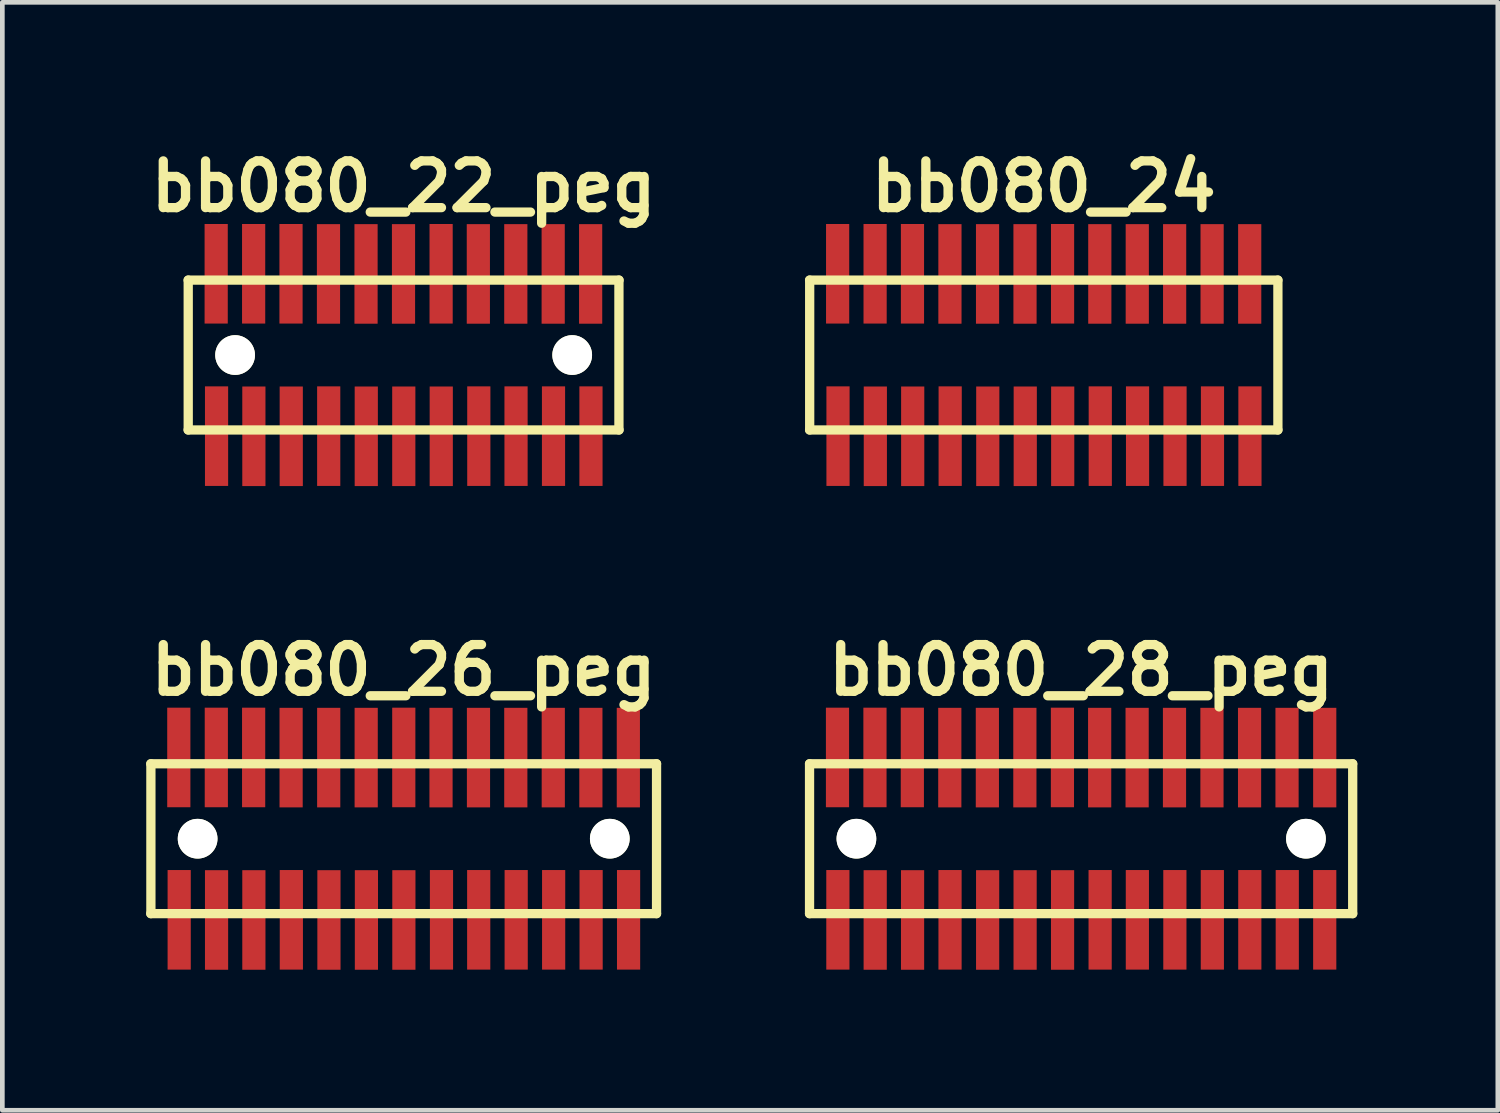
<source format=kicad_pcb>
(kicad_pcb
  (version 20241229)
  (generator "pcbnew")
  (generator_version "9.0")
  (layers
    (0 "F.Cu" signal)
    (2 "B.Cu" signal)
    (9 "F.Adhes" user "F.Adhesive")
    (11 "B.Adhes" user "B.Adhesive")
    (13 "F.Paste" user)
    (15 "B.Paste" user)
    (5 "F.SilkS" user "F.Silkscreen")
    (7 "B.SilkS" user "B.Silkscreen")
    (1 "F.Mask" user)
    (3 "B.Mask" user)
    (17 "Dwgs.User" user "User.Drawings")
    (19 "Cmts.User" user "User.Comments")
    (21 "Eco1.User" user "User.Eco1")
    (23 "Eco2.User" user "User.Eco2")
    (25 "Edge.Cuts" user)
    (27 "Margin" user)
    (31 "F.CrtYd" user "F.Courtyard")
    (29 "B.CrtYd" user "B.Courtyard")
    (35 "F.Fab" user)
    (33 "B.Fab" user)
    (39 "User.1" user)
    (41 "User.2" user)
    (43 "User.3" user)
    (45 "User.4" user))
  (footprint "bb080_22_peg"
    (layer "F.Cu")
    (at 5.569 4.531)
    (property "Reference" "bb080_22_peg" (at 0 -3.599 0) (layer "F.SilkS") (effects (font (size 0.998 0.998) (thickness 0.198))))
    (attr smd)
    (fp_line (start -4.602 1.6) (end 4.6 1.6) (stroke (width 0.198) (type solid)) (layer "F.SilkS"))
    (fp_line (start -4.6 -1.6) (end -4.6 1.6) (stroke (width 0.198) (type solid)) (layer "F.SilkS"))
    (fp_line (start 4.597 1.6) (end 4.597 -1.6) (stroke (width 0.198) (type solid)) (layer "F.SilkS"))
    (fp_line (start 4.6 -1.6) (end -4.602 -1.6) (stroke (width 0.198) (type solid)) (layer "F.SilkS"))
    (pad "" np_thru_hole circle (at -3.599 0) (size 0.848 0.848) (drill 0.848) (layers "*.Cu" "*.Mask" "F.SilkS"))
    (pad "" np_thru_hole circle (at 3.599 0) (size 0.848 0.848) (drill 0.848) (layers "*.Cu" "*.Mask" "F.SilkS"))
    (pad "1" smd rect (at -3.995 1.732) (size 0.495 2.126) (layers "F.Cu" "F.Mask" "F.Paste"))
    (pad "2" smd rect (at -4.003 -1.735) (size 0.495 2.126) (layers "F.Cu" "F.Mask" "F.Paste"))
    (pad "3" smd rect (at -3.198 1.735) (size 0.495 2.126) (layers "F.Cu" "F.Mask" "F.Paste"))
    (pad "4" smd rect (at -3.203 -1.735) (size 0.495 2.126) (layers "F.Cu" "F.Mask" "F.Paste"))
    (pad "5" smd rect (at -2.4 1.735) (size 0.495 2.126) (layers "F.Cu" "F.Mask" "F.Paste"))
    (pad "6" smd rect (at -2.405 -1.735) (size 0.495 2.126) (layers "F.Cu" "F.Mask" "F.Paste"))
    (pad "7" smd rect (at -1.6 1.732) (size 0.495 2.126) (layers "F.Cu" "F.Mask" "F.Paste"))
    (pad "8" smd rect (at -1.605 -1.732) (size 0.495 2.126) (layers "F.Cu" "F.Mask" "F.Paste"))
    (pad "9" smd rect (at -0.798 1.735) (size 0.495 2.126) (layers "F.Cu" "F.Mask" "F.Paste"))
    (pad "10" smd rect (at -0.803 -1.732) (size 0.495 2.126) (layers "F.Cu" "F.Mask" "F.Paste"))
    (pad "11" smd rect (at 0.003 1.735) (size 0.495 2.126) (layers "F.Cu" "F.Mask" "F.Paste"))
    (pad "12" smd rect (at -0.003 -1.732) (size 0.495 2.126) (layers "F.Cu" "F.Mask" "F.Paste"))
    (pad "13" smd rect (at 0.803 1.735) (size 0.495 2.126) (layers "F.Cu" "F.Mask" "F.Paste"))
    (pad "14" smd rect (at 0.8 -1.735) (size 0.495 2.126) (layers "F.Cu" "F.Mask" "F.Paste"))
    (pad "15" smd rect (at 1.605 1.732) (size 0.495 2.126) (layers "F.Cu" "F.Mask" "F.Paste"))
    (pad "16" smd rect (at 1.595 -1.732) (size 0.495 2.126) (layers "F.Cu" "F.Mask" "F.Paste"))
    (pad "17" smd rect (at 2.4 1.732) (size 0.495 2.126) (layers "F.Cu" "F.Mask" "F.Paste"))
    (pad "18" smd rect (at 2.395 -1.732) (size 0.495 2.126) (layers "F.Cu" "F.Mask" "F.Paste"))
    (pad "19" smd rect (at 3.2 1.732) (size 0.495 2.126) (layers "F.Cu" "F.Mask" "F.Paste"))
    (pad "20" smd rect (at 3.193 -1.732) (size 0.495 2.126) (layers "F.Cu" "F.Mask" "F.Paste"))
    (pad "21" smd rect (at 4 1.732) (size 0.495 2.126) (layers "F.Cu" "F.Mask" "F.Paste"))
    (pad "22" smd rect (at 3.993 -1.732) (size 0.495 2.126) (layers "F.Cu" "F.Mask" "F.Paste")))
  (footprint "bb080_26_peg"
    (layer "F.Cu")
    (at 5.569 14.859)
    (property "Reference" "bb080_26_peg" (at 0 -3.599 0) (layer "F.SilkS") (effects (font (size 0.998 0.998) (thickness 0.198))))
    (attr smd)
    (fp_line (start -5.4 -1.6) (end 5.4 -1.6) (stroke (width 0.198) (type solid)) (layer "F.SilkS"))
    (fp_line (start -5.397 -1.6) (end -5.397 1.6) (stroke (width 0.198) (type solid)) (layer "F.SilkS"))
    (fp_line (start 5.4 1.6) (end -5.4 1.6) (stroke (width 0.198) (type solid)) (layer "F.SilkS"))
    (fp_line (start 5.4 1.6) (end 5.4 -1.6) (stroke (width 0.198) (type solid)) (layer "F.SilkS"))
    (pad "" np_thru_hole circle (at -4.399 0) (size 0.848 0.848) (drill 0.848) (layers "*.Cu" "*.Mask" "F.SilkS"))
    (pad "" np_thru_hole circle (at 4.402 0) (size 0.848 0.848) (drill 0.848) (layers "*.Cu" "*.Mask" "F.SilkS"))
    (pad "1" smd rect (at -4.793 1.732) (size 0.495 2.126) (layers "F.Cu" "F.Mask" "F.Paste"))
    (pad "2" smd rect (at -4.801 -1.735) (size 0.495 2.126) (layers "F.Cu" "F.Mask" "F.Paste"))
    (pad "3" smd rect (at -3.995 1.735) (size 0.495 2.126) (layers "F.Cu" "F.Mask" "F.Paste"))
    (pad "4" smd rect (at -4 -1.735) (size 0.495 2.126) (layers "F.Cu" "F.Mask" "F.Paste"))
    (pad "5" smd rect (at -3.198 1.735) (size 0.495 2.126) (layers "F.Cu" "F.Mask" "F.Paste"))
    (pad "6" smd rect (at -3.203 -1.735) (size 0.495 2.126) (layers "F.Cu" "F.Mask" "F.Paste"))
    (pad "7" smd rect (at -2.398 1.732) (size 0.495 2.126) (layers "F.Cu" "F.Mask" "F.Paste"))
    (pad "8" smd rect (at -2.403 -1.732) (size 0.495 2.126) (layers "F.Cu" "F.Mask" "F.Paste"))
    (pad "9" smd rect (at -1.595 1.735) (size 0.495 2.126) (layers "F.Cu" "F.Mask" "F.Paste"))
    (pad "10" smd rect (at -1.6 -1.732) (size 0.495 2.126) (layers "F.Cu" "F.Mask" "F.Paste"))
    (pad "11" smd rect (at -0.795 1.735) (size 0.495 2.126) (layers "F.Cu" "F.Mask" "F.Paste"))
    (pad "12" smd rect (at -0.8 -1.732) (size 0.495 2.126) (layers "F.Cu" "F.Mask" "F.Paste"))
    (pad "13" smd rect (at 0.005 1.735) (size 0.495 2.126) (layers "F.Cu" "F.Mask" "F.Paste"))
    (pad "14" smd rect (at 0.003 -1.735) (size 0.495 2.126) (layers "F.Cu" "F.Mask" "F.Paste"))
    (pad "15" smd rect (at 0.808 1.732) (size 0.495 2.126) (layers "F.Cu" "F.Mask" "F.Paste"))
    (pad "16" smd rect (at 0.798 -1.732) (size 0.495 2.126) (layers "F.Cu" "F.Mask" "F.Paste"))
    (pad "17" smd rect (at 1.603 1.732) (size 0.495 2.126) (layers "F.Cu" "F.Mask" "F.Paste"))
    (pad "18" smd rect (at 1.598 -1.732) (size 0.495 2.126) (layers "F.Cu" "F.Mask" "F.Paste"))
    (pad "19" smd rect (at 2.403 1.732) (size 0.495 2.126) (layers "F.Cu" "F.Mask" "F.Paste"))
    (pad "20" smd rect (at 2.395 -1.732) (size 0.495 2.126) (layers "F.Cu" "F.Mask" "F.Paste"))
    (pad "21" smd rect (at 3.203 1.732) (size 0.495 2.126) (layers "F.Cu" "F.Mask" "F.Paste"))
    (pad "22" smd rect (at 3.195 -1.732) (size 0.495 2.126) (layers "F.Cu" "F.Mask" "F.Paste"))
    (pad "23" smd rect (at 4.003 1.732) (size 0.495 2.126) (layers "F.Cu" "F.Mask" "F.Paste"))
    (pad "24" smd rect (at 3.998 -1.732) (size 0.495 2.126) (layers "F.Cu" "F.Mask" "F.Paste"))
    (pad "25" smd rect (at 4.803 1.732) (size 0.495 2.126) (layers "F.Cu" "F.Mask" "F.Paste"))
    (pad "26" smd rect (at 4.798 -1.732) (size 0.495 2.126) (layers "F.Cu" "F.Mask" "F.Paste")))
  (footprint "bb080_24"
    (layer "F.Cu")
    (at 19.238 4.531)
    (property "Reference" "bb080_24" (at 0 -3.599 0) (layer "F.SilkS") (effects (font (size 0.998 0.998) (thickness 0.198))))
    (attr smd)
    (fp_line (start -5.001 -1.6) (end 4.999 -1.6) (stroke (width 0.198) (type solid)) (layer "F.SilkS"))
    (fp_line (start -4.999 -1.6) (end -4.999 1.6) (stroke (width 0.198) (type solid)) (layer "F.SilkS"))
    (fp_line (start 4.999 1.6) (end -5.001 1.6) (stroke (width 0.198) (type solid)) (layer "F.SilkS"))
    (fp_line (start 4.999 1.6) (end 4.999 -1.6) (stroke (width 0.198) (type solid)) (layer "F.SilkS"))
    (pad "1" smd rect (at -4.394 1.732) (size 0.495 2.126) (layers "F.Cu" "F.Mask" "F.Paste"))
    (pad "2" smd rect (at -4.402 -1.735) (size 0.495 2.126) (layers "F.Cu" "F.Mask" "F.Paste"))
    (pad "3" smd rect (at -3.597 1.735) (size 0.495 2.126) (layers "F.Cu" "F.Mask" "F.Paste"))
    (pad "4" smd rect (at -3.602 -1.735) (size 0.495 2.126) (layers "F.Cu" "F.Mask" "F.Paste"))
    (pad "5" smd rect (at -2.799 1.735) (size 0.495 2.126) (layers "F.Cu" "F.Mask" "F.Paste"))
    (pad "6" smd rect (at -2.804 -1.735) (size 0.495 2.126) (layers "F.Cu" "F.Mask" "F.Paste"))
    (pad "7" smd rect (at -1.999 1.732) (size 0.495 2.126) (layers "F.Cu" "F.Mask" "F.Paste"))
    (pad "8" smd rect (at -2.004 -1.732) (size 0.495 2.126) (layers "F.Cu" "F.Mask" "F.Paste"))
    (pad "9" smd rect (at -1.196 1.735) (size 0.495 2.126) (layers "F.Cu" "F.Mask" "F.Paste"))
    (pad "10" smd rect (at -1.201 -1.732) (size 0.495 2.126) (layers "F.Cu" "F.Mask" "F.Paste"))
    (pad "11" smd rect (at -0.396 1.735) (size 0.495 2.126) (layers "F.Cu" "F.Mask" "F.Paste"))
    (pad "12" smd rect (at -0.401 -1.732) (size 0.495 2.126) (layers "F.Cu" "F.Mask" "F.Paste"))
    (pad "13" smd rect (at 0.404 1.735) (size 0.495 2.126) (layers "F.Cu" "F.Mask" "F.Paste"))
    (pad "14" smd rect (at 0.401 -1.735) (size 0.495 2.126) (layers "F.Cu" "F.Mask" "F.Paste"))
    (pad "15" smd rect (at 1.206 1.732) (size 0.495 2.126) (layers "F.Cu" "F.Mask" "F.Paste"))
    (pad "16" smd rect (at 1.196 -1.732) (size 0.495 2.126) (layers "F.Cu" "F.Mask" "F.Paste"))
    (pad "17" smd rect (at 2.002 1.732) (size 0.495 2.126) (layers "F.Cu" "F.Mask" "F.Paste"))
    (pad "18" smd rect (at 1.996 -1.732) (size 0.495 2.126) (layers "F.Cu" "F.Mask" "F.Paste"))
    (pad "19" smd rect (at 2.802 1.732) (size 0.495 2.126) (layers "F.Cu" "F.Mask" "F.Paste"))
    (pad "20" smd rect (at 2.794 -1.732) (size 0.495 2.126) (layers "F.Cu" "F.Mask" "F.Paste"))
    (pad "21" smd rect (at 3.602 1.732) (size 0.495 2.126) (layers "F.Cu" "F.Mask" "F.Paste"))
    (pad "22" smd rect (at 3.594 -1.732) (size 0.495 2.126) (layers "F.Cu" "F.Mask" "F.Paste"))
    (pad "23" smd rect (at 4.402 1.732) (size 0.495 2.126) (layers "F.Cu" "F.Mask" "F.Paste"))
    (pad "24" smd rect (at 4.397 -1.732) (size 0.495 2.126) (layers "F.Cu" "F.Mask" "F.Paste")))
  (footprint "bb080_28_peg"
    (layer "F.Cu")
    (at 20.035 14.859)
    (property "Reference" "bb080_28_peg" (at 0 -3.599 0) (layer "F.SilkS") (effects (font (size 0.998 0.998) (thickness 0.198))))
    (attr smd)
    (fp_line (start -5.799 -1.6) (end -5.799 1.6) (stroke (width 0.198) (type solid)) (layer "F.SilkS"))
    (fp_line (start -5.799 1.6) (end 5.799 1.6) (stroke (width 0.198) (type solid)) (layer "F.SilkS"))
    (fp_line (start 5.799 -1.6) (end -5.799 -1.6) (stroke (width 0.198) (type solid)) (layer "F.SilkS"))
    (fp_line (start 5.799 1.6) (end 5.799 -1.6) (stroke (width 0.198) (type solid)) (layer "F.SilkS"))
    (pad "" np_thru_hole circle (at -4.798 0) (size 0.848 0.848) (drill 0.848) (layers "*.Cu" "*.Mask" "F.SilkS"))
    (pad "" np_thru_hole circle (at 4.801 0) (size 0.848 0.848) (drill 0.848) (layers "*.Cu" "*.Mask" "F.SilkS"))
    (pad "1" smd rect (at -5.194 1.732) (size 0.495 2.126) (layers "F.Cu" "F.Mask" "F.Paste"))
    (pad "2" smd rect (at -5.202 -1.735) (size 0.495 2.126) (layers "F.Cu" "F.Mask" "F.Paste"))
    (pad "3" smd rect (at -4.397 1.735) (size 0.495 2.126) (layers "F.Cu" "F.Mask" "F.Paste"))
    (pad "4" smd rect (at -4.402 -1.735) (size 0.495 2.126) (layers "F.Cu" "F.Mask" "F.Paste"))
    (pad "5" smd rect (at -3.599 1.735) (size 0.495 2.126) (layers "F.Cu" "F.Mask" "F.Paste"))
    (pad "6" smd rect (at -3.604 -1.735) (size 0.495 2.126) (layers "F.Cu" "F.Mask" "F.Paste"))
    (pad "7" smd rect (at -2.799 1.732) (size 0.495 2.126) (layers "F.Cu" "F.Mask" "F.Paste"))
    (pad "8" smd rect (at -2.804 -1.732) (size 0.495 2.126) (layers "F.Cu" "F.Mask" "F.Paste"))
    (pad "9" smd rect (at -1.996 1.735) (size 0.495 2.126) (layers "F.Cu" "F.Mask" "F.Paste"))
    (pad "10" smd rect (at -2.002 -1.732) (size 0.495 2.126) (layers "F.Cu" "F.Mask" "F.Paste"))
    (pad "11" smd rect (at -1.196 1.735) (size 0.495 2.126) (layers "F.Cu" "F.Mask" "F.Paste"))
    (pad "12" smd rect (at -1.201 -1.732) (size 0.495 2.126) (layers "F.Cu" "F.Mask" "F.Paste"))
    (pad "13" smd rect (at -0.396 1.735) (size 0.495 2.126) (layers "F.Cu" "F.Mask" "F.Paste"))
    (pad "14" smd rect (at -0.399 -1.735) (size 0.495 2.126) (layers "F.Cu" "F.Mask" "F.Paste"))
    (pad "15" smd rect (at 0.406 1.732) (size 0.495 2.126) (layers "F.Cu" "F.Mask" "F.Paste"))
    (pad "16" smd rect (at 0.396 -1.732) (size 0.495 2.126) (layers "F.Cu" "F.Mask" "F.Paste"))
    (pad "17" smd rect (at 1.201 1.732) (size 0.495 2.126) (layers "F.Cu" "F.Mask" "F.Paste"))
    (pad "18" smd rect (at 1.196 -1.732) (size 0.495 2.126) (layers "F.Cu" "F.Mask" "F.Paste"))
    (pad "19" smd rect (at 2.002 1.732) (size 0.495 2.126) (layers "F.Cu" "F.Mask" "F.Paste"))
    (pad "20" smd rect (at 1.994 -1.732) (size 0.495 2.126) (layers "F.Cu" "F.Mask" "F.Paste"))
    (pad "21" smd rect (at 2.802 1.732) (size 0.495 2.126) (layers "F.Cu" "F.Mask" "F.Paste"))
    (pad "22" smd rect (at 2.794 -1.732) (size 0.495 2.126) (layers "F.Cu" "F.Mask" "F.Paste"))
    (pad "23" smd rect (at 3.602 1.732) (size 0.495 2.126) (layers "F.Cu" "F.Mask" "F.Paste"))
    (pad "24" smd rect (at 3.597 -1.732) (size 0.495 2.126) (layers "F.Cu" "F.Mask" "F.Paste"))
    (pad "25" smd rect (at 4.402 1.732) (size 0.495 2.126) (layers "F.Cu" "F.Mask" "F.Paste"))
    (pad "26" smd rect (at 4.397 -1.732) (size 0.495 2.126) (layers "F.Cu" "F.Mask" "F.Paste"))
    (pad "27" smd rect (at 5.202 1.732) (size 0.495 2.126) (layers "F.Cu" "F.Mask" "F.Paste"))
    (pad "28" smd rect (at 5.202 -1.732) (size 0.495 2.126) (layers "F.Cu" "F.Mask" "F.Paste")))
  (gr_rect
    (start -3 -3)
    (end 28.933 20.657)
    (stroke (width 0.1) (type default))
    (fill no)
    (layer "Edge.Cuts")))
</source>
